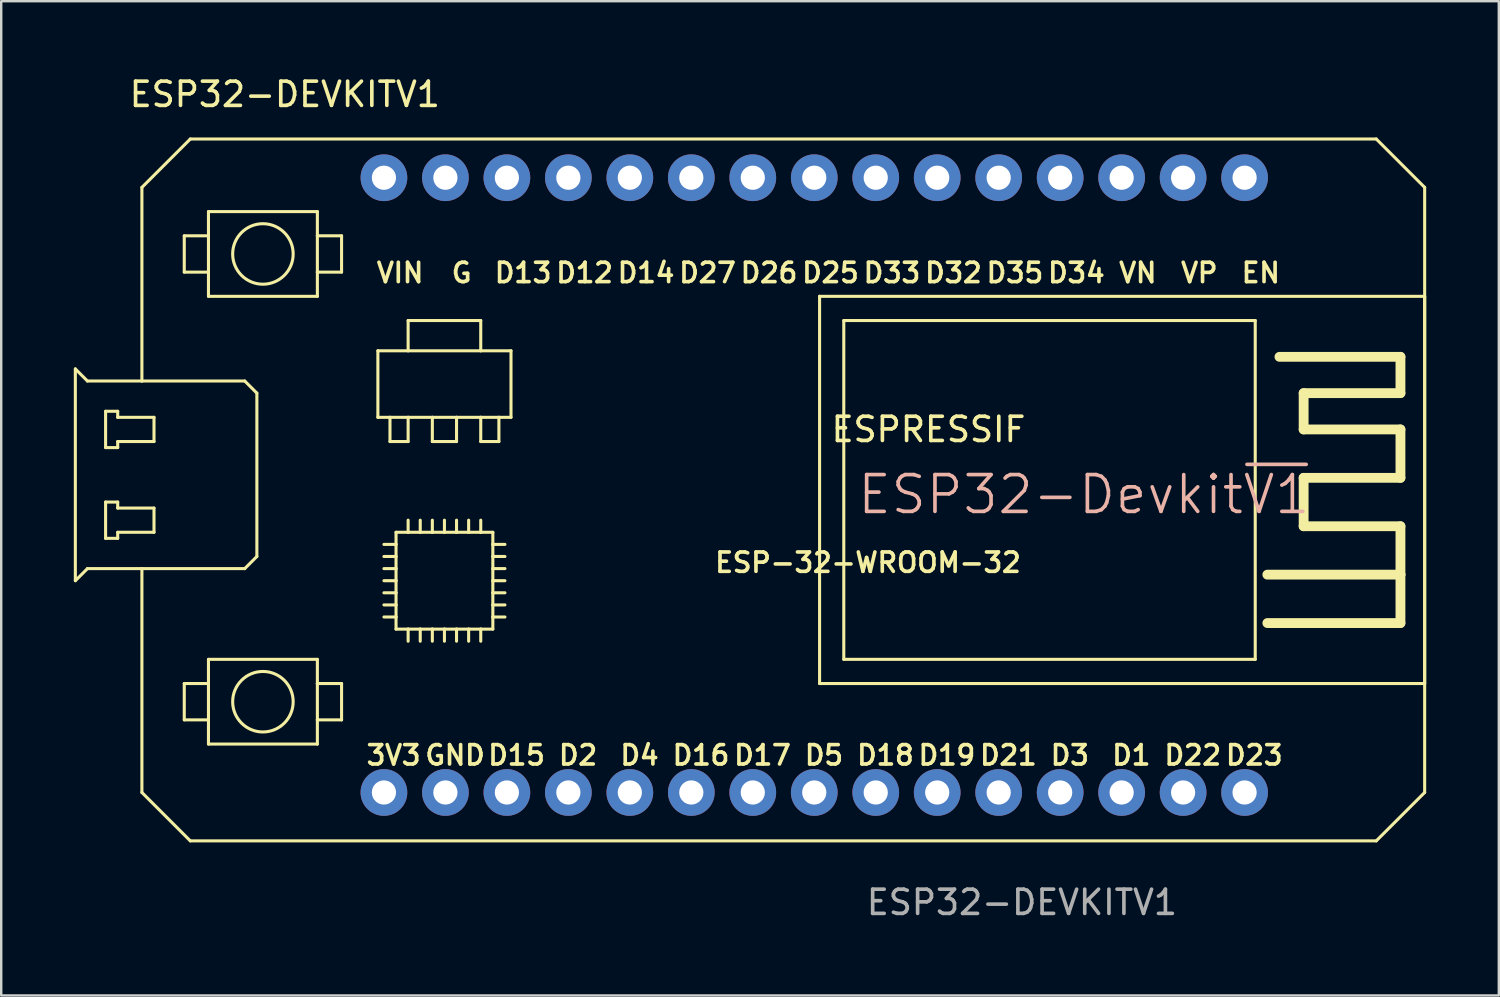
<source format=kicad_pcb>
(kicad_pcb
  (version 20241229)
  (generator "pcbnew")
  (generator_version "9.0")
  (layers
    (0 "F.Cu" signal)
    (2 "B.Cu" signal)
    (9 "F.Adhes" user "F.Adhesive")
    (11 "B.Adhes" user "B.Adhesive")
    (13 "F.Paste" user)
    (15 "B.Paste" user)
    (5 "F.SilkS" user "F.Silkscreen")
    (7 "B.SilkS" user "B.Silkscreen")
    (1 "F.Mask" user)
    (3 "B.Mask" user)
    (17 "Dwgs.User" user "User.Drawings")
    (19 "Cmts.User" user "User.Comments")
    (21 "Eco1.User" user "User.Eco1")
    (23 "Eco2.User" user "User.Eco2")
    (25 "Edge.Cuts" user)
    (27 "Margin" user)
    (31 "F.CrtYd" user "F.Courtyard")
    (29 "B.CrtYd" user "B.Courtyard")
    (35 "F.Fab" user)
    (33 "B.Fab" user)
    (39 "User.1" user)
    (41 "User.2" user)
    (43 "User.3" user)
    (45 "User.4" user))
  (footprint "ESP32-DEVKITV1"
    (layer "F.Cu")
    (at 12.813 29.693)
    (property "Reference" "ESP32-DEVKITV1" (at -4.095 -28.845 0) (layer "F.SilkS") (effects (font (size 1 1) (thickness 0.15))))
    (attr through_hole)
    (fp_line (start -12.75 -17.5) (end -12.75 -8.75) (stroke (width 0.127) (type solid)) (layer "F.SilkS"))
    (fp_line (start -12.75 -17.5) (end -12.25 -17) (stroke (width 0.127) (type solid)) (layer "F.SilkS"))
    (fp_line (start -12.75 -8.75) (end -12.25 -9.25) (stroke (width 0.127) (type solid)) (layer "F.SilkS"))
    (fp_line (start -12.25 -17) (end -10 -17) (stroke (width 0.127) (type solid)) (layer "F.SilkS"))
    (fp_line (start -12.25 -9.25) (end -10 -9.25) (stroke (width 0.127) (type solid)) (layer "F.SilkS"))
    (fp_line (start -11.5 -15.75) (end -11 -15.75) (stroke (width 0.127) (type solid)) (layer "F.SilkS"))
    (fp_line (start -11.5 -14.25) (end -11.5 -15.75) (stroke (width 0.127) (type solid)) (layer "F.SilkS"))
    (fp_line (start -11.5 -12) (end -11 -12) (stroke (width 0.127) (type solid)) (layer "F.SilkS"))
    (fp_line (start -11.5 -10.5) (end -11.5 -12) (stroke (width 0.127) (type solid)) (layer "F.SilkS"))
    (fp_line (start -11.5 -10.5) (end -11 -10.5) (stroke (width 0.127) (type solid)) (layer "F.SilkS"))
    (fp_line (start -11 -15.75) (end -11 -15.5) (stroke (width 0.127) (type solid)) (layer "F.SilkS"))
    (fp_line (start -11 -15.5) (end -9.5 -15.5) (stroke (width 0.127) (type solid)) (layer "F.SilkS"))
    (fp_line (start -11 -14.5) (end -9.5 -14.5) (stroke (width 0.127) (type solid)) (layer "F.SilkS"))
    (fp_line (start -11 -14.25) (end -11.5 -14.25) (stroke (width 0.127) (type solid)) (layer "F.SilkS"))
    (fp_line (start -11 -14.25) (end -11 -14.5) (stroke (width 0.127) (type solid)) (layer "F.SilkS"))
    (fp_line (start -11 -12) (end -11 -11.75) (stroke (width 0.127) (type solid)) (layer "F.SilkS"))
    (fp_line (start -11 -11.75) (end -9.5 -11.75) (stroke (width 0.127) (type solid)) (layer "F.SilkS"))
    (fp_line (start -11 -10.75) (end -9.5 -10.75) (stroke (width 0.127) (type solid)) (layer "F.SilkS"))
    (fp_line (start -11 -10.5) (end -11 -10.75) (stroke (width 0.127) (type solid)) (layer "F.SilkS"))
    (fp_line (start -10 -25) (end -8 -27) (stroke (width 0.127) (type solid)) (layer "F.SilkS"))
    (fp_line (start -10 -17) (end -10 -25) (stroke (width 0.127) (type solid)) (layer "F.SilkS"))
    (fp_line (start -10 -9.25) (end -5.75 -9.25) (stroke (width 0.127) (type solid)) (layer "F.SilkS"))
    (fp_line (start -10 0) (end -10 -9.25) (stroke (width 0.127) (type solid)) (layer "F.SilkS"))
    (fp_line (start -9.5 -15.5) (end -9.5 -14.5) (stroke (width 0.127) (type solid)) (layer "F.SilkS"))
    (fp_line (start -9.5 -11.75) (end -9.5 -10.75) (stroke (width 0.127) (type solid)) (layer "F.SilkS"))
    (fp_line (start -8.25 -23) (end -8.25 -21.5) (stroke (width 0.127) (type solid)) (layer "F.SilkS"))
    (fp_line (start -8.25 -21.5) (end -7.25 -21.5) (stroke (width 0.127) (type solid)) (layer "F.SilkS"))
    (fp_line (start -8.25 -4.5) (end -8.25 -3) (stroke (width 0.127) (type solid)) (layer "F.SilkS"))
    (fp_line (start -8.25 -3) (end -7.25 -3) (stroke (width 0.127) (type solid)) (layer "F.SilkS"))
    (fp_line (start -8 2) (end -10 0) (stroke (width 0.127) (type solid)) (layer "F.SilkS"))
    (fp_line (start -8 2) (end 41 2) (stroke (width 0.127) (type solid)) (layer "F.SilkS"))
    (fp_line (start -7.25 -24) (end -7.25 -23) (stroke (width 0.127) (type solid)) (layer "F.SilkS"))
    (fp_line (start -7.25 -23) (end -8.25 -23) (stroke (width 0.127) (type solid)) (layer "F.SilkS"))
    (fp_line (start -7.25 -23) (end -7.25 -21.5) (stroke (width 0.127) (type solid)) (layer "F.SilkS"))
    (fp_line (start -7.25 -21.5) (end -7.25 -20.5) (stroke (width 0.127) (type solid)) (layer "F.SilkS"))
    (fp_line (start -7.25 -20.5) (end -2.75 -20.5) (stroke (width 0.127) (type solid)) (layer "F.SilkS"))
    (fp_line (start -7.25 -5.5) (end -7.25 -4.5) (stroke (width 0.127) (type solid)) (layer "F.SilkS"))
    (fp_line (start -7.25 -4.5) (end -8.25 -4.5) (stroke (width 0.127) (type solid)) (layer "F.SilkS"))
    (fp_line (start -7.25 -4.5) (end -7.25 -3) (stroke (width 0.127) (type solid)) (layer "F.SilkS"))
    (fp_line (start -7.25 -3) (end -7.25 -2) (stroke (width 0.127) (type solid)) (layer "F.SilkS"))
    (fp_line (start -7.25 -2) (end -2.75 -2) (stroke (width 0.127) (type solid)) (layer "F.SilkS"))
    (fp_line (start -5.75 -17) (end -10 -17) (stroke (width 0.127) (type solid)) (layer "F.SilkS"))
    (fp_line (start -5.75 -17) (end -5.25 -16.5) (stroke (width 0.127) (type solid)) (layer "F.SilkS"))
    (fp_line (start -5.25 -16.5) (end -5.25 -9.75) (stroke (width 0.127) (type solid)) (layer "F.SilkS"))
    (fp_line (start -5.25 -9.75) (end -5.75 -9.25) (stroke (width 0.127) (type solid)) (layer "F.SilkS"))
    (fp_line (start -2.75 -24) (end -7.25 -24) (stroke (width 0.127) (type solid)) (layer "F.SilkS"))
    (fp_line (start -2.75 -23) (end -2.75 -24) (stroke (width 0.127) (type solid)) (layer "F.SilkS"))
    (fp_line (start -2.75 -23) (end -1.75 -23) (stroke (width 0.127) (type solid)) (layer "F.SilkS"))
    (fp_line (start -2.75 -21.5) (end -2.75 -23) (stroke (width 0.127) (type solid)) (layer "F.SilkS"))
    (fp_line (start -2.75 -20.5) (end -2.75 -21.5) (stroke (width 0.127) (type solid)) (layer "F.SilkS"))
    (fp_line (start -2.75 -5.5) (end -7.25 -5.5) (stroke (width 0.127) (type solid)) (layer "F.SilkS"))
    (fp_line (start -2.75 -4.5) (end -2.75 -5.5) (stroke (width 0.127) (type solid)) (layer "F.SilkS"))
    (fp_line (start -2.75 -4.5) (end -1.75 -4.5) (stroke (width 0.127) (type solid)) (layer "F.SilkS"))
    (fp_line (start -2.75 -3) (end -2.75 -4.5) (stroke (width 0.127) (type solid)) (layer "F.SilkS"))
    (fp_line (start -2.75 -2) (end -2.75 -3) (stroke (width 0.127) (type solid)) (layer "F.SilkS"))
    (fp_line (start -1.75 -23) (end -1.75 -21.5) (stroke (width 0.127) (type solid)) (layer "F.SilkS"))
    (fp_line (start -1.75 -21.5) (end -2.75 -21.5) (stroke (width 0.127) (type solid)) (layer "F.SilkS"))
    (fp_line (start -1.75 -4.5) (end -1.75 -3) (stroke (width 0.127) (type solid)) (layer "F.SilkS"))
    (fp_line (start -1.75 -3) (end -2.75 -3) (stroke (width 0.127) (type solid)) (layer "F.SilkS"))
    (fp_line (start -0.25 -18.25) (end -0.25 -15.5) (stroke (width 0.127) (type solid)) (layer "F.SilkS"))
    (fp_line (start -0.25 -15.5) (end 0.25 -15.5) (stroke (width 0.127) (type solid)) (layer "F.SilkS"))
    (fp_line (start 0 -10.25) (end 0.5 -10.25) (stroke (width 0.127) (type solid)) (layer "F.SilkS"))
    (fp_line (start 0 -9.75) (end 0.5 -9.75) (stroke (width 0.127) (type solid)) (layer "F.SilkS"))
    (fp_line (start 0 -9.25) (end 0.5 -9.25) (stroke (width 0.127) (type solid)) (layer "F.SilkS"))
    (fp_line (start 0 -8.75) (end 0.5 -8.75) (stroke (width 0.127) (type solid)) (layer "F.SilkS"))
    (fp_line (start 0 -8.25) (end 0.5 -8.25) (stroke (width 0.127) (type solid)) (layer "F.SilkS"))
    (fp_line (start 0 -7.75) (end 0.5 -7.75) (stroke (width 0.127) (type solid)) (layer "F.SilkS"))
    (fp_line (start 0.25 -15.5) (end 0.25 -14.5) (stroke (width 0.127) (type solid)) (layer "F.SilkS"))
    (fp_line (start 0.25 -15.5) (end 1 -15.5) (stroke (width 0.127) (type solid)) (layer "F.SilkS"))
    (fp_line (start 0.25 -14.5) (end 1 -14.5) (stroke (width 0.127) (type solid)) (layer "F.SilkS"))
    (fp_line (start 0.5 -10.75) (end 1 -10.75) (stroke (width 0.127) (type solid)) (layer "F.SilkS"))
    (fp_line (start 0.5 -10.25) (end 0.5 -10.75) (stroke (width 0.127) (type solid)) (layer "F.SilkS"))
    (fp_line (start 0.5 -9.75) (end 0.5 -10.25) (stroke (width 0.127) (type solid)) (layer "F.SilkS"))
    (fp_line (start 0.5 -9.25) (end 0.5 -9.75) (stroke (width 0.127) (type solid)) (layer "F.SilkS"))
    (fp_line (start 0.5 -8.75) (end 0.5 -9.25) (stroke (width 0.127) (type solid)) (layer "F.SilkS"))
    (fp_line (start 0.5 -8.25) (end 0.5 -8.75) (stroke (width 0.127) (type solid)) (layer "F.SilkS"))
    (fp_line (start 0.5 -7.75) (end 0.5 -8.25) (stroke (width 0.127) (type solid)) (layer "F.SilkS"))
    (fp_line (start 0.5 -7.25) (end 0 -7.25) (stroke (width 0.127) (type solid)) (layer "F.SilkS"))
    (fp_line (start 0.5 -7.25) (end 0.5 -7.75) (stroke (width 0.127) (type solid)) (layer "F.SilkS"))
    (fp_line (start 0.5 -6.75) (end 0.5 -7.25) (stroke (width 0.127) (type solid)) (layer "F.SilkS"))
    (fp_line (start 1 -19.5) (end 1 -18.25) (stroke (width 0.127) (type solid)) (layer "F.SilkS"))
    (fp_line (start 1 -19.5) (end 4 -19.5) (stroke (width 0.127) (type solid)) (layer "F.SilkS"))
    (fp_line (start 1 -18.25) (end -0.25 -18.25) (stroke (width 0.127) (type solid)) (layer "F.SilkS"))
    (fp_line (start 1 -15.5) (end 2 -15.5) (stroke (width 0.127) (type solid)) (layer "F.SilkS"))
    (fp_line (start 1 -14.5) (end 1 -15.5) (stroke (width 0.127) (type solid)) (layer "F.SilkS"))
    (fp_line (start 1 -10.75) (end 1 -11.25) (stroke (width 0.127) (type solid)) (layer "F.SilkS"))
    (fp_line (start 1 -10.75) (end 1.5 -10.75) (stroke (width 0.127) (type solid)) (layer "F.SilkS"))
    (fp_line (start 1 -6.75) (end 0.5 -6.75) (stroke (width 0.127) (type solid)) (layer "F.SilkS"))
    (fp_line (start 1 -6.25) (end 1 -6.75) (stroke (width 0.127) (type solid)) (layer "F.SilkS"))
    (fp_line (start 1.5 -11.25) (end 1.5 -10.75) (stroke (width 0.127) (type solid)) (layer "F.SilkS"))
    (fp_line (start 1.5 -10.75) (end 2 -10.75) (stroke (width 0.127) (type solid)) (layer "F.SilkS"))
    (fp_line (start 1.5 -6.75) (end 1 -6.75) (stroke (width 0.127) (type solid)) (layer "F.SilkS"))
    (fp_line (start 1.5 -6.25) (end 1.5 -6.75) (stroke (width 0.127) (type solid)) (layer "F.SilkS"))
    (fp_line (start 2 -15.5) (end 2 -14.5) (stroke (width 0.127) (type solid)) (layer "F.SilkS"))
    (fp_line (start 2 -14.5) (end 3 -14.5) (stroke (width 0.127) (type solid)) (layer "F.SilkS"))
    (fp_line (start 2 -11.25) (end 2 -10.75) (stroke (width 0.127) (type solid)) (layer "F.SilkS"))
    (fp_line (start 2 -10.75) (end 2.5 -10.75) (stroke (width 0.127) (type solid)) (layer "F.SilkS"))
    (fp_line (start 2 -6.75) (end 1.5 -6.75) (stroke (width 0.127) (type solid)) (layer "F.SilkS"))
    (fp_line (start 2 -6.25) (end 2 -6.75) (stroke (width 0.127) (type solid)) (layer "F.SilkS"))
    (fp_line (start 2.5 -11.25) (end 2.5 -10.75) (stroke (width 0.127) (type solid)) (layer "F.SilkS"))
    (fp_line (start 2.5 -10.75) (end 3 -10.75) (stroke (width 0.127) (type solid)) (layer "F.SilkS"))
    (fp_line (start 2.5 -6.75) (end 2 -6.75) (stroke (width 0.127) (type solid)) (layer "F.SilkS"))
    (fp_line (start 2.5 -6.25) (end 2.5 -6.75) (stroke (width 0.127) (type solid)) (layer "F.SilkS"))
    (fp_line (start 3 -15.5) (end 2 -15.5) (stroke (width 0.127) (type solid)) (layer "F.SilkS"))
    (fp_line (start 3 -14.5) (end 3 -15.5) (stroke (width 0.127) (type solid)) (layer "F.SilkS"))
    (fp_line (start 3 -11.25) (end 3 -10.75) (stroke (width 0.127) (type solid)) (layer "F.SilkS"))
    (fp_line (start 3 -10.75) (end 3.5 -10.75) (stroke (width 0.127) (type solid)) (layer "F.SilkS"))
    (fp_line (start 3 -6.75) (end 2.5 -6.75) (stroke (width 0.127) (type solid)) (layer "F.SilkS"))
    (fp_line (start 3 -6.25) (end 3 -6.75) (stroke (width 0.127) (type solid)) (layer "F.SilkS"))
    (fp_line (start 3.5 -11.25) (end 3.5 -10.75) (stroke (width 0.127) (type solid)) (layer "F.SilkS"))
    (fp_line (start 3.5 -10.75) (end 4 -10.75) (stroke (width 0.127) (type solid)) (layer "F.SilkS"))
    (fp_line (start 3.5 -6.75) (end 3 -6.75) (stroke (width 0.127) (type solid)) (layer "F.SilkS"))
    (fp_line (start 3.5 -6.25) (end 3.5 -6.75) (stroke (width 0.127) (type solid)) (layer "F.SilkS"))
    (fp_line (start 4 -19.5) (end 4 -18.25) (stroke (width 0.127) (type solid)) (layer "F.SilkS"))
    (fp_line (start 4 -18.25) (end 1 -18.25) (stroke (width 0.127) (type solid)) (layer "F.SilkS"))
    (fp_line (start 4 -15.5) (end 3 -15.5) (stroke (width 0.127) (type solid)) (layer "F.SilkS"))
    (fp_line (start 4 -15.5) (end 4.75 -15.5) (stroke (width 0.127) (type solid)) (layer "F.SilkS"))
    (fp_line (start 4 -14.5) (end 4 -15.5) (stroke (width 0.127) (type solid)) (layer "F.SilkS"))
    (fp_line (start 4 -11.25) (end 4 -10.75) (stroke (width 0.127) (type solid)) (layer "F.SilkS"))
    (fp_line (start 4 -10.75) (end 4.5 -10.75) (stroke (width 0.127) (type solid)) (layer "F.SilkS"))
    (fp_line (start 4 -6.75) (end 3.5 -6.75) (stroke (width 0.127) (type solid)) (layer "F.SilkS"))
    (fp_line (start 4 -6.75) (end 4 -6.25) (stroke (width 0.127) (type solid)) (layer "F.SilkS"))
    (fp_line (start 4.5 -10.75) (end 4.5 -10.25) (stroke (width 0.127) (type solid)) (layer "F.SilkS"))
    (fp_line (start 4.5 -10.25) (end 4.5 -9.75) (stroke (width 0.127) (type solid)) (layer "F.SilkS"))
    (fp_line (start 4.5 -10.25) (end 5 -10.25) (stroke (width 0.127) (type solid)) (layer "F.SilkS"))
    (fp_line (start 4.5 -9.75) (end 4.5 -9.25) (stroke (width 0.127) (type solid)) (layer "F.SilkS"))
    (fp_line (start 4.5 -9.25) (end 4.5 -8.75) (stroke (width 0.127) (type solid)) (layer "F.SilkS"))
    (fp_line (start 4.5 -8.75) (end 4.5 -8.25) (stroke (width 0.127) (type solid)) (layer "F.SilkS"))
    (fp_line (start 4.5 -8.25) (end 4.5 -7.75) (stroke (width 0.127) (type solid)) (layer "F.SilkS"))
    (fp_line (start 4.5 -7.75) (end 4.5 -7.25) (stroke (width 0.127) (type solid)) (layer "F.SilkS"))
    (fp_line (start 4.5 -7.25) (end 4.5 -6.75) (stroke (width 0.127) (type solid)) (layer "F.SilkS"))
    (fp_line (start 4.5 -6.75) (end 4 -6.75) (stroke (width 0.127) (type solid)) (layer "F.SilkS"))
    (fp_line (start 4.75 -15.5) (end 4.75 -14.5) (stroke (width 0.127) (type solid)) (layer "F.SilkS"))
    (fp_line (start 4.75 -15.5) (end 5.25 -15.5) (stroke (width 0.127) (type solid)) (layer "F.SilkS"))
    (fp_line (start 4.75 -14.5) (end 4 -14.5) (stroke (width 0.127) (type solid)) (layer "F.SilkS"))
    (fp_line (start 5 -9.75) (end 4.5 -9.75) (stroke (width 0.127) (type solid)) (layer "F.SilkS"))
    (fp_line (start 5 -9.25) (end 4.5 -9.25) (stroke (width 0.127) (type solid)) (layer "F.SilkS"))
    (fp_line (start 5 -8.75) (end 4.5 -8.75) (stroke (width 0.127) (type solid)) (layer "F.SilkS"))
    (fp_line (start 5 -8.25) (end 4.5 -8.25) (stroke (width 0.127) (type solid)) (layer "F.SilkS"))
    (fp_line (start 5 -7.75) (end 4.5 -7.75) (stroke (width 0.127) (type solid)) (layer "F.SilkS"))
    (fp_line (start 5 -7.25) (end 4.5 -7.25) (stroke (width 0.127) (type solid)) (layer "F.SilkS"))
    (fp_line (start 5.25 -18.25) (end 4 -18.25) (stroke (width 0.127) (type solid)) (layer "F.SilkS"))
    (fp_line (start 5.25 -15.5) (end 5.25 -18.25) (stroke (width 0.127) (type solid)) (layer "F.SilkS"))
    (fp_line (start 18 -20.5) (end 18 -4.5) (stroke (width 0.127) (type solid)) (layer "F.SilkS"))
    (fp_line (start 18 -4.5) (end 43 -4.5) (stroke (width 0.127) (type solid)) (layer "F.SilkS"))
    (fp_line (start 19 -19.5) (end 19 -5.5) (stroke (width 0.127) (type solid)) (layer "F.SilkS"))
    (fp_line (start 19 -5.5) (end 36 -5.5) (stroke (width 0.127) (type solid)) (layer "F.SilkS"))
    (fp_line (start 36 -19.5) (end 19 -19.5) (stroke (width 0.127) (type solid)) (layer "F.SilkS"))
    (fp_line (start 36 -5.5) (end 36 -19.5) (stroke (width 0.127) (type solid)) (layer "F.SilkS"))
    (fp_line (start 37 -18) (end 42 -18) (stroke (width 0.406) (type solid)) (layer "F.SilkS"))
    (fp_line (start 38 -16.5) (end 38 -15) (stroke (width 0.406) (type solid)) (layer "F.SilkS"))
    (fp_line (start 38 -15) (end 42 -15) (stroke (width 0.406) (type solid)) (layer "F.SilkS"))
    (fp_line (start 38 -13) (end 38 -11) (stroke (width 0.406) (type solid)) (layer "F.SilkS"))
    (fp_line (start 38 -11) (end 42 -11) (stroke (width 0.406) (type solid)) (layer "F.SilkS"))
    (fp_line (start 41 -27) (end -8 -27) (stroke (width 0.127) (type solid)) (layer "F.SilkS"))
    (fp_line (start 41 -27) (end 43 -25) (stroke (width 0.127) (type solid)) (layer "F.SilkS"))
    (fp_line (start 42 -18) (end 42 -16.5) (stroke (width 0.406) (type solid)) (layer "F.SilkS"))
    (fp_line (start 42 -16.5) (end 38 -16.5) (stroke (width 0.406) (type solid)) (layer "F.SilkS"))
    (fp_line (start 42 -15) (end 42 -13) (stroke (width 0.406) (type solid)) (layer "F.SilkS"))
    (fp_line (start 42 -13) (end 38 -13) (stroke (width 0.406) (type solid)) (layer "F.SilkS"))
    (fp_line (start 42 -11) (end 42 -9) (stroke (width 0.406) (type solid)) (layer "F.SilkS"))
    (fp_line (start 42 -9) (end 36.5 -9) (stroke (width 0.406) (type solid)) (layer "F.SilkS"))
    (fp_line (start 42 -9) (end 42 -7) (stroke (width 0.406) (type solid)) (layer "F.SilkS"))
    (fp_line (start 42 -7) (end 36.5 -7) (stroke (width 0.406) (type solid)) (layer "F.SilkS"))
    (fp_line (start 43 -25) (end 43 0) (stroke (width 0.127) (type solid)) (layer "F.SilkS"))
    (fp_line (start 43 -20.5) (end 18 -20.5) (stroke (width 0.127) (type solid)) (layer "F.SilkS"))
    (fp_line (start 43 -4.5) (end 43 -20.5) (stroke (width 0.127) (type solid)) (layer "F.SilkS"))
    (fp_line (start 43 0) (end 41 2) (stroke (width 0.127) (type solid)) (layer "F.SilkS"))
    (fp_circle (center -5 -22.25) (end -3.75 -22.25) (stroke (width 0.127) (type solid)) (fill no) (layer "F.SilkS"))
    (fp_circle (center -5 -3.75) (end -3.75 -3.75) (stroke (width 0.127) (type solid)) (fill no) (layer "F.SilkS"))
    (fp_text user "D34" (at 28.61 -21.47 0) (layer "F.SilkS") (effects (font (size 0.8 0.8) (thickness 0.15))))
    (fp_text user "ESPRESSIF~{}" (at 22.5 -15 0) (layer "F.SilkS") (effects (font (size 1 1) (thickness 0.15))))
    (fp_text user "D12" (at 8.29 -21.47 0) (layer "F.SilkS") (effects (font (size 0.8 0.8) (thickness 0.15))))
    (fp_text user "D26" (at 15.91 -21.47 0) (layer "F.SilkS") (effects (font (size 0.8 0.8) (thickness 0.15))))
    (fp_text user "D13" (at 5.75 -21.47 0) (layer "F.SilkS") (effects (font (size 0.8 0.8) (thickness 0.15))))
    (fp_text user "GND" (at 2.94 -1.54 0) (layer "F.SilkS") (effects (font (size 0.8 0.8) (thickness 0.15))))
    (fp_text user "D23" (at 35.96 -1.54 0) (layer "F.SilkS") (effects (font (size 0.8 0.8) (thickness 0.15))))
    (fp_text user "D2" (at 8.02 -1.54 0) (layer "F.SilkS") (effects (font (size 0.8 0.8) (thickness 0.15))))
    (fp_text user "D22" (at 33.42 -1.54 0) (layer "F.SilkS") (effects (font (size 0.8 0.8) (thickness 0.15))))
    (fp_text user "D33" (at 20.99 -21.47 0) (layer "F.SilkS") (effects (font (size 0.8 0.8) (thickness 0.15))))
    (fp_text user "G" (at 3.21 -21.47 0) (layer "F.SilkS") (effects (font (size 0.8 0.8) (thickness 0.15))))
    (fp_text user "D19" (at 23.26 -1.54 0) (layer "F.SilkS") (effects (font (size 0.8 0.8) (thickness 0.15))))
    (fp_text user "D15" (at 5.48 -1.54 0) (layer "F.SilkS") (effects (font (size 0.8 0.8) (thickness 0.15))))
    (fp_text user "D5" (at 18.18 -1.54 0) (layer "F.SilkS") (effects (font (size 0.8 0.8) (thickness 0.15))))
    (fp_text user "D16" (at 13.1 -1.54 0) (layer "F.SilkS") (effects (font (size 0.8 0.8) (thickness 0.15))))
    (fp_text user "VP" (at 33.69 -21.47 0) (layer "F.SilkS") (effects (font (size 0.8 0.8) (thickness 0.15))))
    (fp_text user "D14" (at 10.83 -21.47 0) (layer "F.SilkS") (effects (font (size 0.8 0.8) (thickness 0.15))))
    (fp_text user "D25" (at 18.45 -21.47 0) (layer "F.SilkS") (effects (font (size 0.8 0.8) (thickness 0.15))))
    (fp_text user "D32" (at 23.53 -21.47 0) (layer "F.SilkS") (effects (font (size 0.8 0.8) (thickness 0.15))))
    (fp_text user "D27" (at 13.37 -21.47 0) (layer "F.SilkS") (effects (font (size 0.8 0.8) (thickness 0.15))))
    (fp_text user "VN" (at 31.15 -21.47 0) (layer "F.SilkS") (effects (font (size 0.8 0.8) (thickness 0.15))))
    (fp_text user "D4" (at 10.56 -1.54 0) (layer "F.SilkS") (effects (font (size 0.8 0.8) (thickness 0.15))))
    (fp_text user "ESP-32-WROOM-32" (at 20 -9.5 0) (layer "F.SilkS") (effects (font (size 0.8 0.8) (thickness 0.15))))
    (fp_text user "D1" (at 30.88 -1.54 0) (layer "F.SilkS") (effects (font (size 0.8 0.8) (thickness 0.15))))
    (fp_text user "D3" (at 28.34 -1.54 0) (layer "F.SilkS") (effects (font (size 0.8 0.8) (thickness 0.15))))
    (fp_text user "VIN" (at 0.67 -21.47 0) (layer "F.SilkS") (effects (font (size 0.8 0.8) (thickness 0.15))))
    (fp_text user "D17" (at 15.64 -1.54 0) (layer "F.SilkS") (effects (font (size 0.8 0.8) (thickness 0.15))))
    (fp_text user "D21" (at 25.8 -1.54 0) (layer "F.SilkS") (effects (font (size 0.8 0.8) (thickness 0.15))))
    (fp_text user "D18" (at 20.72 -1.54 0) (layer "F.SilkS") (effects (font (size 0.8 0.8) (thickness 0.15))))
    (fp_text user "D35" (at 26.07 -21.47 0) (layer "F.SilkS") (effects (font (size 0.8 0.8) (thickness 0.15))))
    (fp_text user "EN" (at 36.23 -21.47 0) (layer "F.SilkS") (effects (font (size 0.8 0.8) (thickness 0.15))))
    (fp_text user "3V3" (at 0.4 -1.54 0) (layer "F.SilkS") (effects (font (size 0.8 0.8) (thickness 0.15))))
    (fp_text user "ESP32-Devkit~{V1}" (at 28.92 -12.31 0) (layer "B.SilkS") (effects (font (size 1.52 1.52) (thickness 0.15))))
    (fp_text user "ESP32-DEVKITV1" (at 26.36 4.54 0) (layer "F.Fab") (effects (font (size 1 1) (thickness 0.15))))
    (pad "3V3" thru_hole circle (at 0 0) (size 1.93 1.93) (drill 1) (layers "*.Cu" "*.Mask"))
    (pad "D1" thru_hole circle (at 30.48 0) (size 1.93 1.93) (drill 1) (layers "*.Cu" "*.Mask"))
    (pad "D2" thru_hole circle (at 7.62 0) (size 1.93 1.93) (drill 1) (layers "*.Cu" "*.Mask"))
    (pad "D3" thru_hole circle (at 27.94 0) (size 1.93 1.93) (drill 1) (layers "*.Cu" "*.Mask"))
    (pad "D4" thru_hole circle (at 10.16 0) (size 1.93 1.93) (drill 1) (layers "*.Cu" "*.Mask"))
    (pad "D5" thru_hole circle (at 17.78 0) (size 1.93 1.93) (drill 1) (layers "*.Cu" "*.Mask"))
    (pad "D12" thru_hole circle (at 7.62 -25.4) (size 1.93 1.93) (drill 1) (layers "*.Cu" "*.Mask"))
    (pad "D13" thru_hole circle (at 5.08 -25.4) (size 1.93 1.93) (drill 1) (layers "*.Cu" "*.Mask"))
    (pad "D14" thru_hole circle (at 10.16 -25.4) (size 1.93 1.93) (drill 1) (layers "*.Cu" "*.Mask"))
    (pad "D15" thru_hole circle (at 5.08 0) (size 1.93 1.93) (drill 1) (layers "*.Cu" "*.Mask"))
    (pad "D16" thru_hole circle (at 12.7 0) (size 1.93 1.93) (drill 1) (layers "*.Cu" "*.Mask"))
    (pad "D17" thru_hole circle (at 15.24 0) (size 1.93 1.93) (drill 1) (layers "*.Cu" "*.Mask"))
    (pad "D18" thru_hole circle (at 20.32 0) (size 1.93 1.93) (drill 1) (layers "*.Cu" "*.Mask"))
    (pad "D19" thru_hole circle (at 22.86 0) (size 1.93 1.93) (drill 1) (layers "*.Cu" "*.Mask"))
    (pad "D21" thru_hole circle (at 25.4 0) (size 1.93 1.93) (drill 1) (layers "*.Cu" "*.Mask"))
    (pad "D22" thru_hole circle (at 33.02 0) (size 1.93 1.93) (drill 1) (layers "*.Cu" "*.Mask"))
    (pad "D23" thru_hole circle (at 35.56 0) (size 1.93 1.93) (drill 1) (layers "*.Cu" "*.Mask"))
    (pad "D25" thru_hole circle (at 17.78 -25.4) (size 1.93 1.93) (drill 1) (layers "*.Cu" "*.Mask"))
    (pad "D26" thru_hole circle (at 15.24 -25.4) (size 1.93 1.93) (drill 1) (layers "*.Cu" "*.Mask"))
    (pad "D27" thru_hole circle (at 12.7 -25.4) (size 1.93 1.93) (drill 1) (layers "*.Cu" "*.Mask"))
    (pad "D32" thru_hole circle (at 22.86 -25.4) (size 1.93 1.93) (drill 1) (layers "*.Cu" "*.Mask"))
    (pad "D33" thru_hole circle (at 20.32 -25.4) (size 1.93 1.93) (drill 1) (layers "*.Cu" "*.Mask"))
    (pad "D34" thru_hole circle (at 27.94 -25.4) (size 1.93 1.93) (drill 1) (layers "*.Cu" "*.Mask"))
    (pad "D35" thru_hole circle (at 25.4 -25.4) (size 1.93 1.93) (drill 1) (layers "*.Cu" "*.Mask"))
    (pad "EN" thru_hole circle (at 35.56 -25.4) (size 1.93 1.93) (drill 1) (layers "*.Cu" "*.Mask"))
    (pad "GND" thru_hole circle (at 2.54 -25.4) (size 1.93 1.93) (drill 1) (layers "*.Cu" "*.Mask"))
    (pad "GND@1" thru_hole circle (at 2.54 0) (size 1.93 1.93) (drill 1) (layers "*.Cu" "*.Mask"))
    (pad "VIN" thru_hole circle (at 0 -25.4) (size 1.93 1.93) (drill 1) (layers "*.Cu" "*.Mask"))
    (pad "VN" thru_hole circle (at 30.48 -25.4) (size 1.93 1.93) (drill 1) (layers "*.Cu" "*.Mask"))
    (pad "VP" thru_hole circle (at 33.02 -25.4) (size 1.93 1.93) (drill 1) (layers "*.Cu" "*.Mask")))
  (gr_rect
    (start -3 -3)
    (end 58.877 38.081)
    (stroke (width 0.1) (type default))
    (fill no)
    (layer "Edge.Cuts")))
</source>
